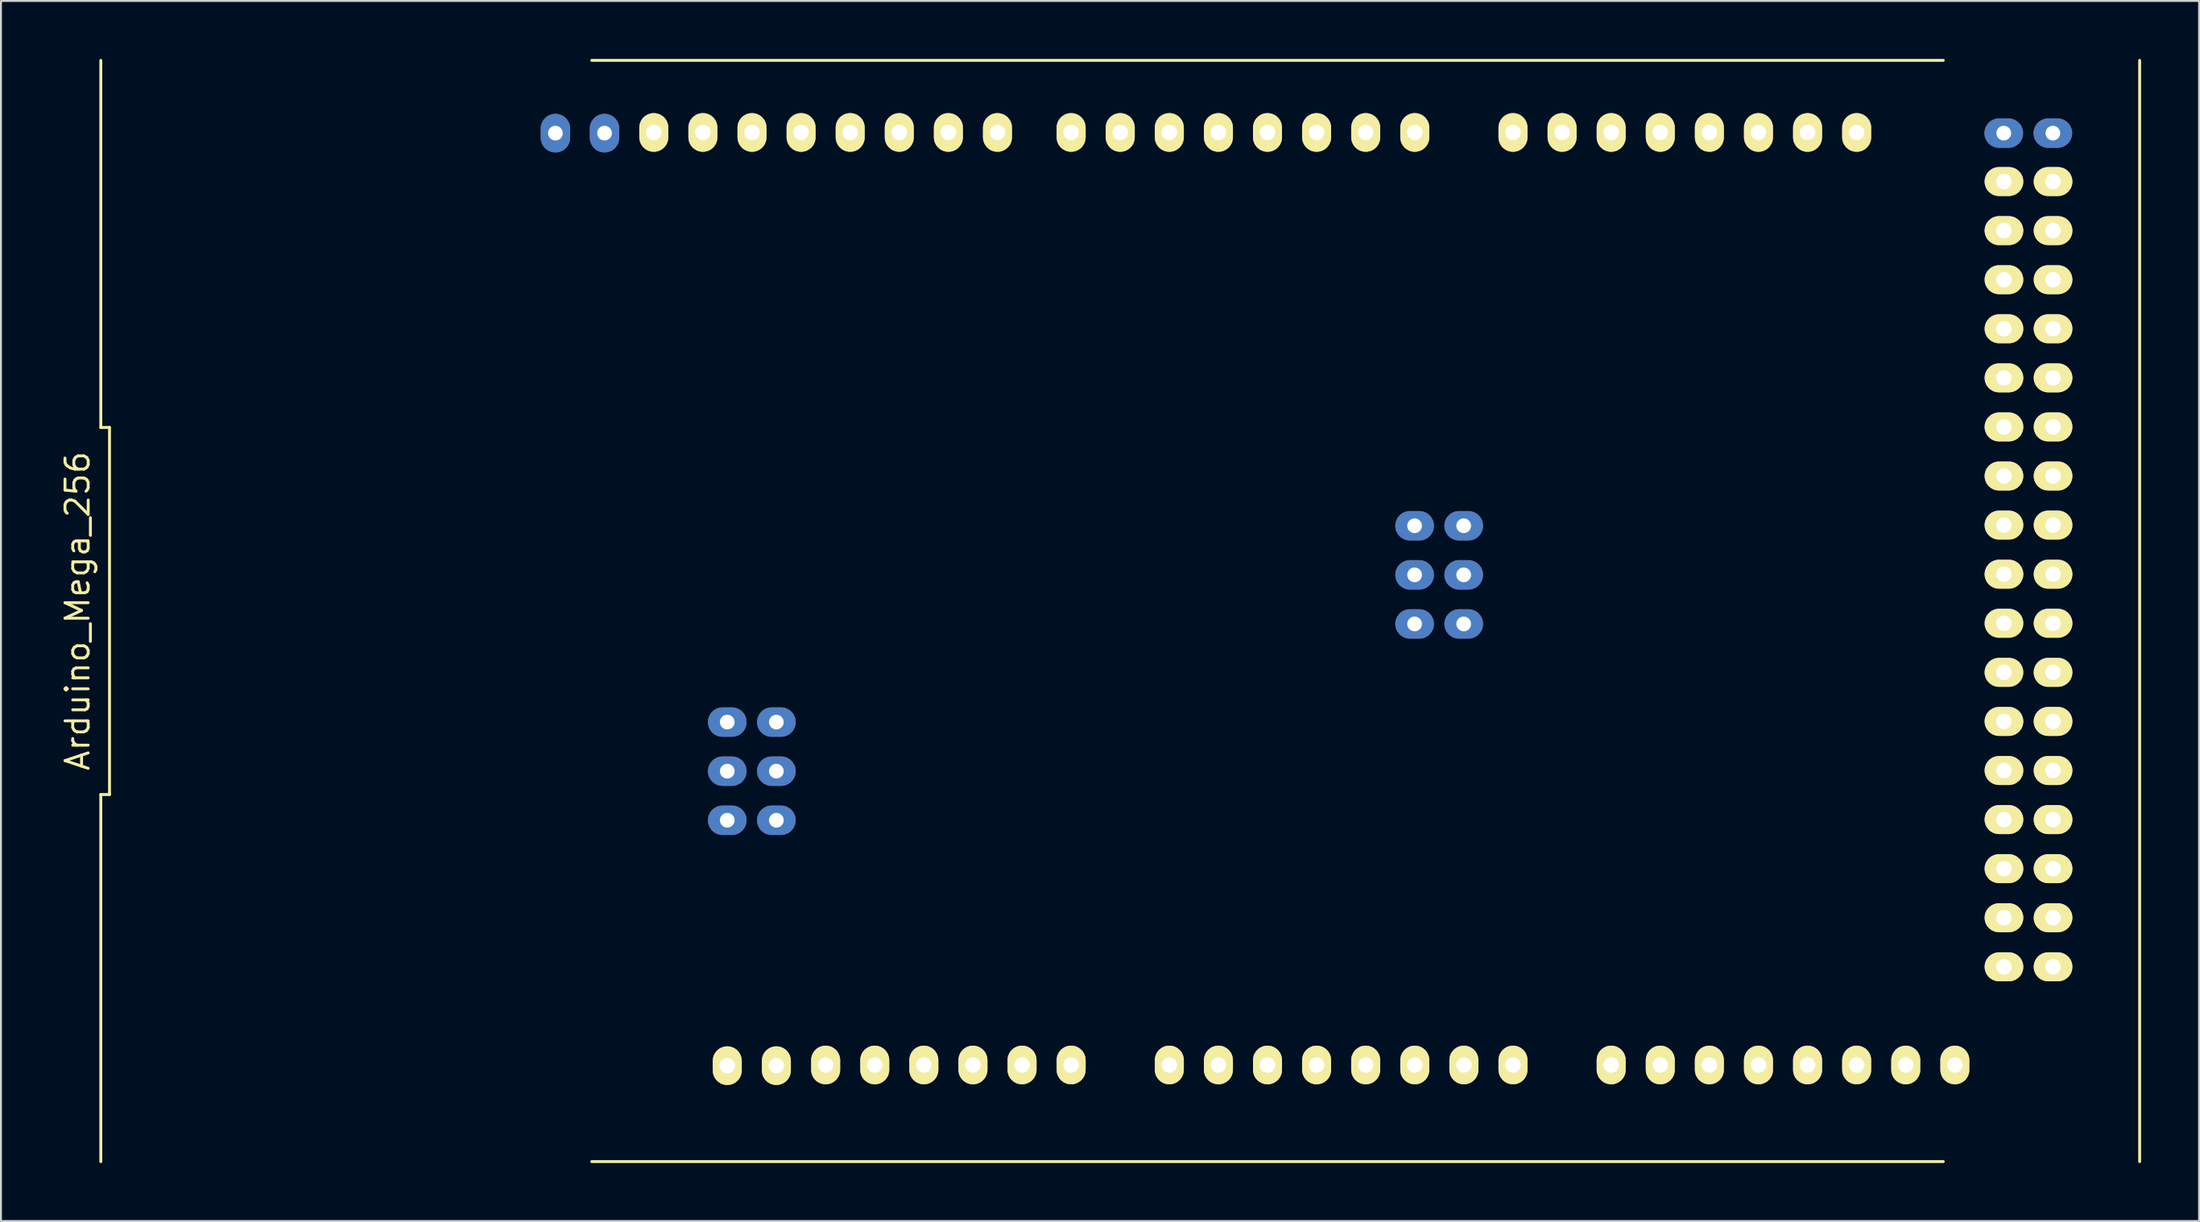
<source format=kicad_pcb>
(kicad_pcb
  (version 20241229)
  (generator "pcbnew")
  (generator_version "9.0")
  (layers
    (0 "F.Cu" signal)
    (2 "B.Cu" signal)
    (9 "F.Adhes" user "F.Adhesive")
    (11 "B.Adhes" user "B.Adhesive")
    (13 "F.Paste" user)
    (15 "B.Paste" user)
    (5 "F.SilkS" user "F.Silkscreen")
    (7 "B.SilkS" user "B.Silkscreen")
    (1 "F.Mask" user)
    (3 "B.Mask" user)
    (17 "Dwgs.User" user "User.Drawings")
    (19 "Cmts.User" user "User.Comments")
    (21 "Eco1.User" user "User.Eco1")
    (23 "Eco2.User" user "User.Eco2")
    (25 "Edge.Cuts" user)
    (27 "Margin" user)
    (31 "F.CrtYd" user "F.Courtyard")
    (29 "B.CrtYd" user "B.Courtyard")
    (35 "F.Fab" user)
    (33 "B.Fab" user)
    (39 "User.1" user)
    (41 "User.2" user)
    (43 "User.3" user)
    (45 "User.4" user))
  (footprint "Arduino_Mega_256"
    (layer "F.Cu")
    (at 62.525 29.84)
    (property "Reference" "Arduino_Mega_256" (at -61.56 -1.27 90) (layer "F.SilkS") (effects (font (size 1.2 1.2) (thickness 0.15))))
    (attr through_hole)
    (fp_line (start -60.36 -29.765) (end -60.36 -10.768) (stroke (width 0.15) (type solid)) (layer "F.SilkS"))
    (fp_line (start -60.36 -10.768) (end -59.91 -10.768) (stroke (width 0.15) (type solid)) (layer "F.SilkS"))
    (fp_line (start -60.36 8.228) (end -60.36 27.225) (stroke (width 0.15) (type solid)) (layer "F.SilkS"))
    (fp_line (start -59.91 -10.768) (end -59.91 8.228) (stroke (width 0.15) (type solid)) (layer "F.SilkS"))
    (fp_line (start -59.91 8.228) (end -60.36 8.228) (stroke (width 0.15) (type solid)) (layer "F.SilkS"))
    (fp_line (start -34.96 27.225) (end 34.96 27.225) (stroke (width 0.15) (type solid)) (layer "F.SilkS"))
    (fp_line (start 34.96 -29.765) (end -34.96 -29.765) (stroke (width 0.15) (type solid)) (layer "F.SilkS"))
    (fp_line (start 45.12 27.225) (end 45.12 -29.765) (stroke (width 0.15) (type solid)) (layer "F.SilkS"))
    (pad "0" thru_hole oval (at 7.62 -26.035) (size 1.5 2) (drill 0.8) (layers "*.Cu" "*.Mask" "F.SilkS"))
    (pad "1" thru_hole oval (at 5.08 -26.035) (size 1.5 2) (drill 0.8) (layers "*.Cu" "*.Mask" "F.SilkS"))
    (pad "2" thru_hole oval (at 2.54 -26.035) (size 1.5 2) (drill 0.8) (layers "*.Cu" "*.Mask" "F.SilkS"))
    (pad "3" thru_hole oval (at 0 -26.035) (size 1.5 2) (drill 0.8) (layers "*.Cu" "*.Mask" "F.SilkS"))
    (pad "3.3V" thru_hole oval (at -20.32 22.225) (size 1.5 2) (drill 0.8) (layers "*.Cu" "*.Mask" "F.SilkS"))
    (pad "4" thru_hole oval (at -2.54 -26.035) (size 1.5 2) (drill 0.8) (layers "*.Cu" "*.Mask" "F.SilkS"))
    (pad "5" thru_hole oval (at -5.08 -26.035) (size 1.5 2) (drill 0.8) (layers "*.Cu" "*.Mask" "F.SilkS"))
    (pad "5V" thru_hole oval (at -17.78 22.225) (size 1.5 2) (drill 0.8) (layers "*.Cu" "*.Mask" "F.SilkS"))
    (pad "5V" thru_hole oval (at 38.09 -26) (size 2 1.524) (drill 0.762) (layers "*.Cu" "*.Mask"))
    (pad "5V" thru_hole oval (at 40.63 -26) (size 2 1.524) (drill 0.762) (layers "*.Cu" "*.Mask"))
    (pad "6" thru_hole oval (at -7.62 -26.035) (size 1.5 2) (drill 0.8) (layers "*.Cu" "*.Mask" "F.SilkS"))
    (pad "7" thru_hole oval (at -10.16 -26.035) (size 1.5 2) (drill 0.8) (layers "*.Cu" "*.Mask" "F.SilkS"))
    (pad "8" thru_hole oval (at -13.97 -26.035) (size 1.5 2) (drill 0.8) (layers "*.Cu" "*.Mask" "F.SilkS"))
    (pad "9" thru_hole oval (at -16.51 -26.035) (size 1.5 2) (drill 0.8) (layers "*.Cu" "*.Mask" "F.SilkS"))
    (pad "10" thru_hole oval (at -19.05 -26.035) (size 1.5 2) (drill 0.8) (layers "*.Cu" "*.Mask" "F.SilkS"))
    (pad "11" thru_hole oval (at -21.59 -26.035) (size 1.5 2) (drill 0.8) (layers "*.Cu" "*.Mask" "F.SilkS"))
    (pad "12" thru_hole oval (at -24.13 -26.035) (size 1.5 2) (drill 0.8) (layers "*.Cu" "*.Mask" "F.SilkS"))
    (pad "13" thru_hole oval (at -26.67 -26.035) (size 1.5 2) (drill 0.8) (layers "*.Cu" "*.Mask" "F.SilkS"))
    (pad "14" thru_hole oval (at 12.7 -26.035) (size 1.5 2) (drill 0.8) (layers "*.Cu" "*.Mask" "F.SilkS"))
    (pad "15" thru_hole oval (at 15.24 -26.035) (size 1.5 2) (drill 0.8) (layers "*.Cu" "*.Mask" "F.SilkS"))
    (pad "16" thru_hole oval (at 17.78 -26.035) (size 1.5 2) (drill 0.8) (layers "*.Cu" "*.Mask" "F.SilkS"))
    (pad "17" thru_hole oval (at 20.32 -26.035) (size 1.5 2) (drill 0.8) (layers "*.Cu" "*.Mask" "F.SilkS"))
    (pad "18" thru_hole oval (at 22.86 -26.035) (size 1.5 2) (drill 0.8) (layers "*.Cu" "*.Mask" "F.SilkS"))
    (pad "19" thru_hole oval (at 25.4 -26.035) (size 1.5 2) (drill 0.8) (layers "*.Cu" "*.Mask" "F.SilkS"))
    (pad "20" thru_hole oval (at 27.94 -26.035) (size 1.5 2) (drill 0.8) (layers "*.Cu" "*.Mask" "F.SilkS"))
    (pad "21" thru_hole oval (at 30.48 -26.035) (size 1.5 2) (drill 0.8) (layers "*.Cu" "*.Mask" "F.SilkS"))
    (pad "22" thru_hole oval (at 38.1 -23.495 90) (size 1.5 2) (drill 0.8) (layers "*.Cu" "*.Mask" "F.SilkS"))
    (pad "23" thru_hole oval (at 40.64 -23.495 90) (size 1.5 2) (drill 0.8) (layers "*.Cu" "*.Mask" "F.SilkS"))
    (pad "24" thru_hole oval (at 38.1 -20.955 90) (size 1.5 2) (drill 0.8) (layers "*.Cu" "*.Mask" "F.SilkS"))
    (pad "25" thru_hole oval (at 40.64 -20.955 90) (size 1.5 2) (drill 0.8) (layers "*.Cu" "*.Mask" "F.SilkS"))
    (pad "26" thru_hole oval (at 38.1 -18.415 90) (size 1.5 2) (drill 0.8) (layers "*.Cu" "*.Mask" "F.SilkS"))
    (pad "27" thru_hole oval (at 40.64 -18.415 90) (size 1.5 2) (drill 0.8) (layers "*.Cu" "*.Mask" "F.SilkS"))
    (pad "28" thru_hole oval (at 38.1 -15.875 90) (size 1.5 2) (drill 0.8) (layers "*.Cu" "*.Mask" "F.SilkS"))
    (pad "29" thru_hole oval (at 40.64 -15.875 90) (size 1.5 2) (drill 0.8) (layers "*.Cu" "*.Mask" "F.SilkS"))
    (pad "30" thru_hole oval (at 38.1 -13.335 90) (size 1.5 2) (drill 0.8) (layers "*.Cu" "*.Mask" "F.SilkS"))
    (pad "31" thru_hole oval (at 40.64 -13.335 90) (size 1.5 2) (drill 0.8) (layers "*.Cu" "*.Mask" "F.SilkS"))
    (pad "32" thru_hole oval (at 38.1 -10.795 90) (size 1.5 2) (drill 0.8) (layers "*.Cu" "*.Mask" "F.SilkS"))
    (pad "33" thru_hole oval (at 40.64 -10.795 90) (size 1.5 2) (drill 0.8) (layers "*.Cu" "*.Mask" "F.SilkS"))
    (pad "34" thru_hole oval (at 38.1 -8.255 90) (size 1.5 2) (drill 0.8) (layers "*.Cu" "*.Mask" "F.SilkS"))
    (pad "35" thru_hole oval (at 40.64 -8.255 90) (size 1.5 2) (drill 0.8) (layers "*.Cu" "*.Mask" "F.SilkS"))
    (pad "36" thru_hole oval (at 38.1 -5.715 90) (size 1.5 2) (drill 0.8) (layers "*.Cu" "*.Mask" "F.SilkS"))
    (pad "37" thru_hole oval (at 40.64 -5.715 90) (size 1.5 2) (drill 0.8) (layers "*.Cu" "*.Mask" "F.SilkS"))
    (pad "38" thru_hole oval (at 38.1 -3.175 90) (size 1.5 2) (drill 0.8) (layers "*.Cu" "*.Mask" "F.SilkS"))
    (pad "39" thru_hole oval (at 40.64 -3.175 90) (size 1.5 2) (drill 0.8) (layers "*.Cu" "*.Mask" "F.SilkS"))
    (pad "40" thru_hole oval (at 38.1 -0.635 90) (size 1.5 2) (drill 0.8) (layers "*.Cu" "*.Mask" "F.SilkS"))
    (pad "41" thru_hole oval (at 40.64 -0.635 90) (size 1.5 2) (drill 0.8) (layers "*.Cu" "*.Mask" "F.SilkS"))
    (pad "42" thru_hole oval (at 38.1 1.905 90) (size 1.5 2) (drill 0.8) (layers "*.Cu" "*.Mask" "F.SilkS"))
    (pad "43" thru_hole oval (at 40.64 1.905 90) (size 1.5 2) (drill 0.8) (layers "*.Cu" "*.Mask" "F.SilkS"))
    (pad "44" thru_hole oval (at 38.1 4.445 90) (size 1.5 2) (drill 0.8) (layers "*.Cu" "*.Mask" "F.SilkS"))
    (pad "45" thru_hole oval (at 40.64 4.445 90) (size 1.5 2) (drill 0.8) (layers "*.Cu" "*.Mask" "F.SilkS"))
    (pad "46" thru_hole oval (at 38.1 6.985 90) (size 1.5 2) (drill 0.8) (layers "*.Cu" "*.Mask" "F.SilkS"))
    (pad "47" thru_hole oval (at 40.64 6.985 90) (size 1.5 2) (drill 0.8) (layers "*.Cu" "*.Mask" "F.SilkS"))
    (pad "48" thru_hole oval (at 38.1 9.525 90) (size 1.5 2) (drill 0.8) (layers "*.Cu" "*.Mask" "F.SilkS"))
    (pad "49" thru_hole oval (at 40.64 9.525 90) (size 1.5 2) (drill 0.8) (layers "*.Cu" "*.Mask" "F.SilkS"))
    (pad "50" thru_hole oval (at 38.1 12.065 90) (size 1.5 2) (drill 0.8) (layers "*.Cu" "*.Mask" "F.SilkS"))
    (pad "51" thru_hole oval (at 40.64 12.065 90) (size 1.5 2) (drill 0.8) (layers "*.Cu" "*.Mask" "F.SilkS"))
    (pad "52" thru_hole oval (at 38.1 14.605 90) (size 1.5 2) (drill 0.8) (layers "*.Cu" "*.Mask" "F.SilkS"))
    (pad "53" thru_hole oval (at 40.64 14.605 90) (size 1.5 2) (drill 0.8) (layers "*.Cu" "*.Mask" "F.SilkS"))
    (pad "A0" thru_hole oval (at -5.08 22.225) (size 1.5 2) (drill 0.8) (layers "*.Cu" "*.Mask" "F.SilkS"))
    (pad "A1" thru_hole oval (at -2.54 22.225) (size 1.5 2) (drill 0.8) (layers "*.Cu" "*.Mask" "F.SilkS"))
    (pad "A2" thru_hole oval (at 0 22.225) (size 1.5 2) (drill 0.8) (layers "*.Cu" "*.Mask" "F.SilkS"))
    (pad "A3" thru_hole oval (at 2.54 22.225) (size 1.5 2) (drill 0.8) (layers "*.Cu" "*.Mask" "F.SilkS"))
    (pad "A4" thru_hole oval (at 5.08 22.225) (size 1.5 2) (drill 0.8) (layers "*.Cu" "*.Mask" "F.SilkS"))
    (pad "A5" thru_hole oval (at 7.62 22.225) (size 1.5 2) (drill 0.8) (layers "*.Cu" "*.Mask" "F.SilkS"))
    (pad "A6" thru_hole oval (at 10.16 22.225) (size 1.5 2) (drill 0.8) (layers "*.Cu" "*.Mask" "F.SilkS"))
    (pad "A7" thru_hole oval (at 12.7 22.225) (size 1.5 2) (drill 0.8) (layers "*.Cu" "*.Mask" "F.SilkS"))
    (pad "A8" thru_hole oval (at 17.78 22.225) (size 1.5 2) (drill 0.8) (layers "*.Cu" "*.Mask" "F.SilkS"))
    (pad "A9" thru_hole oval (at 20.32 22.225) (size 1.5 2) (drill 0.8) (layers "*.Cu" "*.Mask" "F.SilkS"))
    (pad "A10" thru_hole oval (at 22.86 22.225) (size 1.5 2) (drill 0.8) (layers "*.Cu" "*.Mask" "F.SilkS"))
    (pad "A11" thru_hole oval (at 25.4 22.225) (size 1.5 2) (drill 0.8) (layers "*.Cu" "*.Mask" "F.SilkS"))
    (pad "AREF" thru_hole oval (at -31.75 -26.035) (size 1.5 2) (drill 0.8) (layers "*.Cu" "*.Mask" "F.SilkS"))
    (pad "CanR" thru_hole oval (at 33.02 22.225) (size 1.5 2) (drill 0.8) (layers "*.Cu" "*.Mask" "F.SilkS"))
    (pad "CanT" thru_hole oval (at 35.56 22.225) (size 1.5 2) (drill 0.8) (layers "*.Cu" "*.Mask" "F.SilkS"))
    (pad "DAC0" thru_hole oval (at 27.94 22.225) (size 1.5 2) (drill 0.8) (layers "*.Cu" "*.Mask" "F.SilkS"))
    (pad "DAC1" thru_hole oval (at 30.48 22.225) (size 1.5 2) (drill 0.8) (layers "*.Cu" "*.Mask" "F.SilkS"))
    (pad "GND" thru_hole oval (at -29.21 -26.035) (size 1.5 2) (drill 0.8) (layers "*.Cu" "*.Mask" "F.SilkS"))
    (pad "GND" thru_hole oval (at -15.24 22.225) (size 1.5 2) (drill 0.8) (layers "*.Cu" "*.Mask" "F.SilkS"))
    (pad "GND" thru_hole oval (at -12.7 22.225) (size 1.5 2) (drill 0.8) (layers "*.Cu" "*.Mask" "F.SilkS"))
    (pad "GND" thru_hole oval (at 38.1 17.145 90) (size 1.5 2) (drill 0.8) (layers "*.Cu" "*.Mask" "F.SilkS"))
    (pad "GND" thru_hole oval (at 40.64 17.145 90) (size 1.5 2) (drill 0.8) (layers "*.Cu" "*.Mask" "F.SilkS"))
    (pad "ICS0" thru_hole oval (at -25.41 9.56) (size 2 1.524) (drill 0.762) (layers "*.Cu" "*.Mask"))
    (pad "IORE" thru_hole oval (at -25.41 22.26) (size 1.5 2) (drill 0.8) (layers "*.Cu" "*.Mask" "F.SilkS"))
    (pad "ISC1" thru_hole oval (at -25.41 7.02) (size 2 1.524) (drill 0.762) (layers "*.Cu" "*.Mask"))
    (pad "ISC2" thru_hole oval (at -25.41 4.48) (size 2 1.524) (drill 0.762) (layers "*.Cu" "*.Mask"))
    (pad "ISC3" thru_hole oval (at -27.95 9.56) (size 2 1.524) (drill 0.762) (layers "*.Cu" "*.Mask"))
    (pad "ISC4" thru_hole oval (at -27.95 7.02) (size 2 1.524) (drill 0.762) (layers "*.Cu" "*.Mask"))
    (pad "ISC5" thru_hole oval (at -27.95 4.48) (size 2 1.524) (drill 0.762) (layers "*.Cu" "*.Mask"))
    (pad "NC" thru_hole oval (at -27.95 22.26) (size 1.5 2) (drill 0.8) (layers "*.Cu" "*.Mask" "F.SilkS"))
    (pad "RESE" thru_hole oval (at -22.86 22.225) (size 1.5 2) (drill 0.8) (layers "*.Cu" "*.Mask" "F.SilkS"))
    (pad "SCL1" thru_hole oval (at -36.84 -26) (size 1.524 2) (drill 0.762) (layers "*.Cu" "*.Mask"))
    (pad "SDA1" thru_hole oval (at -34.3 -26) (size 1.524 2) (drill 0.762) (layers "*.Cu" "*.Mask"))
    (pad "SPI0" thru_hole oval (at 10.15 -0.6) (size 2 1.524) (drill 0.762) (layers "*.Cu" "*.Mask"))
    (pad "SPI1" thru_hole oval (at 10.15 -3.14) (size 2 1.524) (drill 0.762) (layers "*.Cu" "*.Mask"))
    (pad "SPI2" thru_hole oval (at 10.15 -5.68) (size 2 1.524) (drill 0.762) (layers "*.Cu" "*.Mask"))
    (pad "SPI3" thru_hole oval (at 7.61 -0.6) (size 2 1.524) (drill 0.762) (layers "*.Cu" "*.Mask"))
    (pad "SPI4" thru_hole oval (at 7.61 -3.14) (size 2 1.524) (drill 0.762) (layers "*.Cu" "*.Mask"))
    (pad "SPI5" thru_hole oval (at 7.61 -5.68) (size 2 1.524) (drill 0.762) (layers "*.Cu" "*.Mask"))
    (pad "VIN" thru_hole oval (at -10.16 22.225) (size 1.5 2) (drill 0.8) (layers "*.Cu" "*.Mask" "F.SilkS")))
  (gr_rect
    (start -3 -3)
    (end 110.72 60.14)
    (stroke (width 0.1) (type default))
    (fill no)
    (layer "Edge.Cuts")))
</source>
